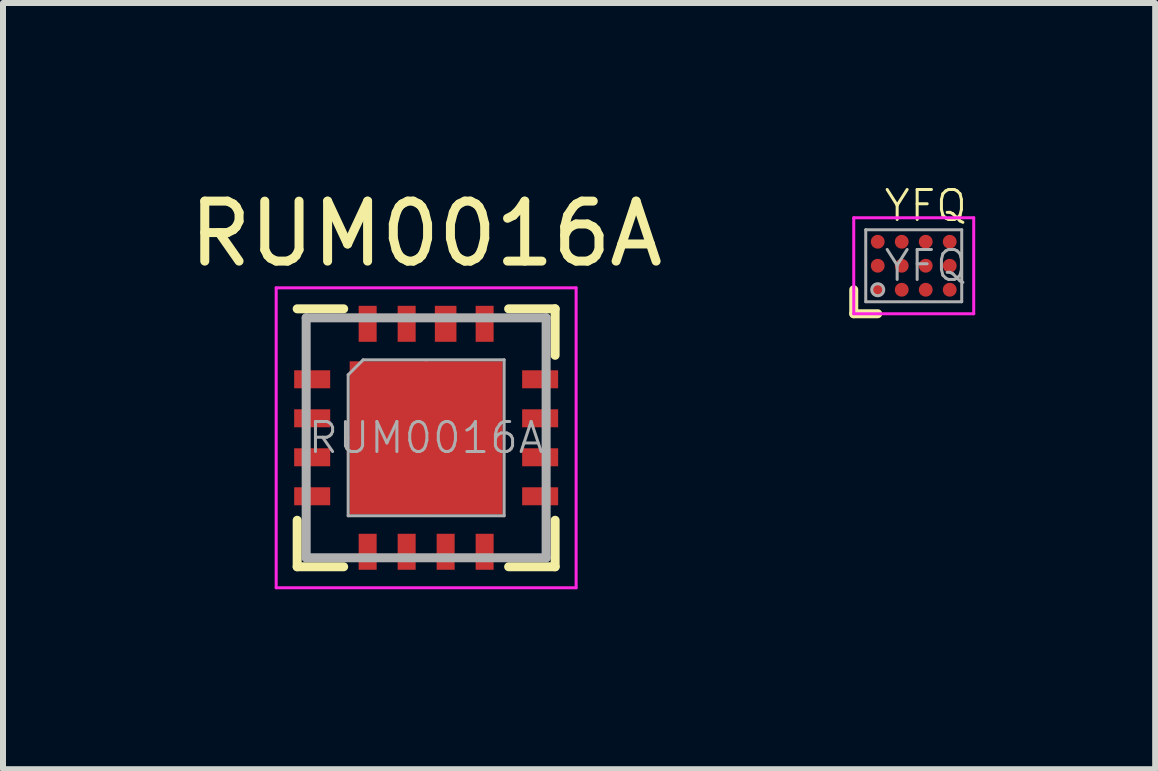
<source format=kicad_pcb>
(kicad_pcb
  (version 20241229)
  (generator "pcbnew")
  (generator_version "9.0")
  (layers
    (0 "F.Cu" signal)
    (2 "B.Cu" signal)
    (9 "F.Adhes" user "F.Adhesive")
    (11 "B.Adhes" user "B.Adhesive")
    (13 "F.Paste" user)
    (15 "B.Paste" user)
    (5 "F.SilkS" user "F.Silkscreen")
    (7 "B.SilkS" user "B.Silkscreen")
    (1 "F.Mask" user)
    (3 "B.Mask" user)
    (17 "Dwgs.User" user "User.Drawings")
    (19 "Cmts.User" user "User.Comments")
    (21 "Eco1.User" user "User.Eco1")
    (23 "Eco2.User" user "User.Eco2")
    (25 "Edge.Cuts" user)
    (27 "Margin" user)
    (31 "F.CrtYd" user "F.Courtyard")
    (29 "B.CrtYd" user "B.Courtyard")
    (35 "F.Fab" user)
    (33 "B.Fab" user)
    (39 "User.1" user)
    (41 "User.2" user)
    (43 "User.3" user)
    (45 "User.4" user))
  (footprint "YFQ"
    (layer "F.Cu")
    (at 12.182 1.38)
    (property "Reference" "YFQ" (at 0.2 -1 0) (layer "F.SilkS") (effects (font (size 0.5 0.5) (thickness 0.05))))
    (attr smd)
    (fp_line (start -1 0.4) (end -1 0.8) (stroke (width 0.15) (type solid)) (layer "F.SilkS"))
    (fp_line (start -1 0.8) (end -0.6 0.8) (stroke (width 0.15) (type solid)) (layer "F.SilkS"))
    (fp_line (start -1 -0.8) (end -1 0.8) (stroke (width 0.05) (type solid)) (layer "F.CrtYd"))
    (fp_line (start -1 -0.8) (end 1 -0.8) (stroke (width 0.05) (type solid)) (layer "F.CrtYd"))
    (fp_line (start -1 0.8) (end 1 0.8) (stroke (width 0.05) (type solid)) (layer "F.CrtYd"))
    (fp_line (start 1 -0.8) (end 1 0.8) (stroke (width 0.05) (type solid)) (layer "F.CrtYd"))
    (fp_line (start -0.8 -0.6) (end 0.8 -0.6) (stroke (width 0.05) (type solid)) (layer "F.Fab"))
    (fp_line (start -0.8 0.6) (end -0.8 -0.6) (stroke (width 0.05) (type solid)) (layer "F.Fab"))
    (fp_line (start 0.8 -0.6) (end 0.8 0.6) (stroke (width 0.05) (type solid)) (layer "F.Fab"))
    (fp_line (start 0.8 0.6) (end -0.8 0.6) (stroke (width 0.05) (type solid)) (layer "F.Fab"))
    (fp_circle (center -0.6 0.4) (end -0.6 0.5) (stroke (width 0.05) (type solid)) (fill no) (layer "F.Fab"))
    (fp_text user "${REFERENCE}" (at 0.2 0 0) (layer "F.Fab") (effects (font (size 0.5 0.5) (thickness 0.05))))
    (pad "A1" smd circle (at -0.6 0.4) (size 0.23 0.23) (layers "F.Cu" "F.Mask" "F.Paste"))
    (pad "A2" smd circle (at -0.6 0) (size 0.23 0.23) (layers "F.Cu" "F.Mask" "F.Paste"))
    (pad "A3" smd circle (at -0.6 -0.4) (size 0.23 0.23) (layers "F.Cu" "F.Mask" "F.Paste"))
    (pad "B1" smd circle (at -0.2 0.4) (size 0.23 0.23) (layers "F.Cu" "F.Mask" "F.Paste"))
    (pad "B2" smd circle (at -0.2 0) (size 0.23 0.23) (layers "F.Cu" "F.Mask" "F.Paste"))
    (pad "B3" smd circle (at -0.2 -0.4) (size 0.23 0.23) (layers "F.Cu" "F.Mask" "F.Paste"))
    (pad "C1" smd circle (at 0.2 0.4) (size 0.23 0.23) (layers "F.Cu" "F.Mask" "F.Paste"))
    (pad "C2" smd circle (at 0.2 0) (size 0.23 0.23) (layers "F.Cu" "F.Mask" "F.Paste"))
    (pad "C3" smd circle (at 0.2 -0.4) (size 0.23 0.23) (layers "F.Cu" "F.Mask" "F.Paste"))
    (pad "D1" smd circle (at 0.6 0.4) (size 0.23 0.23) (layers "F.Cu" "F.Mask" "F.Paste"))
    (pad "D2" smd circle (at 0.6 0) (size 0.23 0.23) (layers "F.Cu" "F.Mask" "F.Paste"))
    (pad "D3" smd circle (at 0.6 -0.4) (size 0.23 0.23) (layers "F.Cu" "F.Mask" "F.Paste")))
  (footprint "RUM0016A"
    (layer "F.Cu")
    (at 4.054 4.248)
    (property "Reference" "RUM0016A" (at 0 -3.4 0) (layer "F.SilkS") (effects (font (size 1 1) (thickness 0.15))))
    (attr smd)
    (fp_line (start -2.15 -2.15) (end -1.375 -2.15) (stroke (width 0.15) (type solid)) (layer "F.SilkS"))
    (fp_line (start -2.15 2.15) (end -2.15 1.375) (stroke (width 0.15) (type solid)) (layer "F.SilkS"))
    (fp_line (start -2.15 2.15) (end -1.375 2.15) (stroke (width 0.15) (type solid)) (layer "F.SilkS"))
    (fp_line (start 2.15 -2.15) (end 1.375 -2.15) (stroke (width 0.15) (type solid)) (layer "F.SilkS"))
    (fp_line (start 2.15 -2.15) (end 2.15 -1.375) (stroke (width 0.15) (type solid)) (layer "F.SilkS"))
    (fp_line (start 2.15 2.15) (end 1.375 2.15) (stroke (width 0.15) (type solid)) (layer "F.SilkS"))
    (fp_line (start 2.15 2.15) (end 2.15 1.375) (stroke (width 0.15) (type solid)) (layer "F.SilkS"))
    (fp_line (start -2.5 -2.5) (end -2.5 2.5) (stroke (width 0.05) (type solid)) (layer "F.CrtYd"))
    (fp_line (start -2.5 -2.5) (end 2.5 -2.5) (stroke (width 0.05) (type solid)) (layer "F.CrtYd"))
    (fp_line (start -2.5 2.5) (end 2.5 2.5) (stroke (width 0.05) (type solid)) (layer "F.CrtYd"))
    (fp_line (start 2.5 -2.5) (end 2.5 2.5) (stroke (width 0.05) (type solid)) (layer "F.CrtYd"))
    (fp_line (start -2 -2) (end 2 -2) (stroke (width 0.15) (type solid)) (layer "F.Fab"))
    (fp_line (start -2 2) (end -2 -2) (stroke (width 0.15) (type solid)) (layer "F.Fab"))
    (fp_line (start -1.3 -1.05) (end -1.05 -1.3) (stroke (width 0.05) (type solid)) (layer "F.Fab"))
    (fp_line (start -1.3 1.3) (end -1.3 -1.05) (stroke (width 0.05) (type solid)) (layer "F.Fab"))
    (fp_line (start -1.05 -1.3) (end 1.3 -1.3) (stroke (width 0.05) (type solid)) (layer "F.Fab"))
    (fp_line (start 1.3 -1.3) (end 1.3 1.3) (stroke (width 0.05) (type solid)) (layer "F.Fab"))
    (fp_line (start 1.3 1.3) (end -1.3 1.3) (stroke (width 0.05) (type solid)) (layer "F.Fab"))
    (fp_line (start 2 -2) (end 2 2) (stroke (width 0.15) (type solid)) (layer "F.Fab"))
    (fp_line (start 2 2) (end -2 2) (stroke (width 0.15) (type solid)) (layer "F.Fab"))
    (fp_text user "${REFERENCE}" (at 0 0 0) (layer "F.Fab") (effects (font (size 0.5 0.5) (thickness 0.05))))
    (pad "1" smd rect (at -1.9 -0.975) (size 0.6 0.3) (layers "F.Cu" "F.Mask" "F.Paste"))
    (pad "2" smd rect (at -1.9 -0.325) (size 0.6 0.3) (layers "F.Cu" "F.Mask" "F.Paste"))
    (pad "3" smd rect (at -1.9 0.325) (size 0.6 0.3) (layers "F.Cu" "F.Mask" "F.Paste"))
    (pad "4" smd rect (at -1.9 0.975) (size 0.6 0.3) (layers "F.Cu" "F.Mask" "F.Paste"))
    (pad "5" smd rect (at -0.975 1.9 90) (size 0.6 0.3) (layers "F.Cu" "F.Mask" "F.Paste"))
    (pad "6" smd rect (at -0.325 1.9 90) (size 0.6 0.3) (layers "F.Cu" "F.Mask" "F.Paste"))
    (pad "7" smd rect (at 0.325 1.9 90) (size 0.6 0.3) (layers "F.Cu" "F.Mask" "F.Paste"))
    (pad "8" smd rect (at 0.975 1.9 90) (size 0.6 0.3) (layers "F.Cu" "F.Mask" "F.Paste"))
    (pad "9" smd rect (at 1.9 0.975) (size 0.6 0.3) (layers "F.Cu" "F.Mask" "F.Paste"))
    (pad "10" smd rect (at 1.9 0.325) (size 0.6 0.3) (layers "F.Cu" "F.Mask" "F.Paste"))
    (pad "11" smd rect (at 1.9 -0.325) (size 0.6 0.3) (layers "F.Cu" "F.Mask" "F.Paste"))
    (pad "12" smd rect (at 1.9 -0.975) (size 0.6 0.3) (layers "F.Cu" "F.Mask" "F.Paste"))
    (pad "13" smd rect (at 0.975 -1.9 90) (size 0.6 0.3) (layers "F.Cu" "F.Mask" "F.Paste"))
    (pad "14" smd rect (at 0.325 -1.9 90) (size 0.6 0.36) (layers "F.Cu" "F.Mask" "F.Paste"))
    (pad "15" smd rect (at -0.325 -1.9 90) (size 0.6 0.3) (layers "F.Cu" "F.Mask" "F.Paste"))
    (pad "16" smd rect (at -0.975 -1.9 90) (size 0.6 0.3) (layers "F.Cu" "F.Mask" "F.Paste"))
    (pad "17" smd rect (at -0.625 -0.625) (size 1.3 1.3) (layers "F.Cu" "F.Mask" "F.Paste"))
    (pad "17" smd rect (at -0.625 0.625) (size 1.3 1.3) (layers "F.Cu" "F.Mask" "F.Paste"))
    (pad "17" smd rect (at 0.625 -0.625) (size 1.3 1.3) (layers "F.Cu" "F.Mask" "F.Paste"))
    (pad "17" smd rect (at 0.625 0.625) (size 1.3 1.3) (layers "F.Cu" "F.Mask" "F.Paste")))
  (gr_rect
    (start -3 -3)
    (end 16.207 9.773)
    (stroke (width 0.1) (type default))
    (fill no)
    (layer "Edge.Cuts")))
</source>
